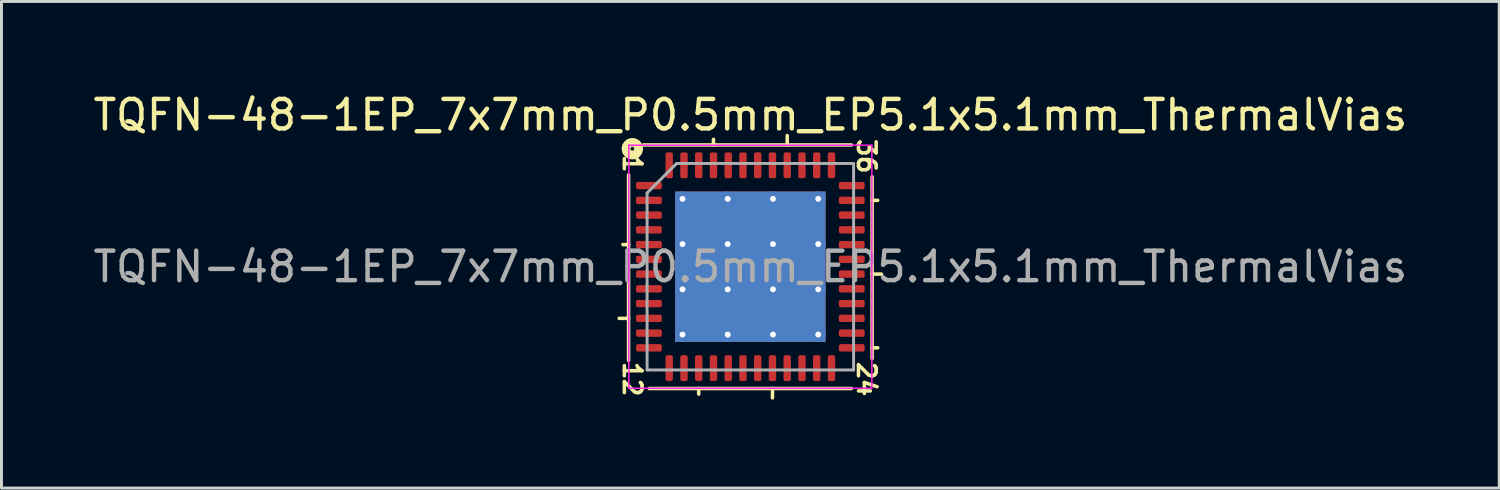
<source format=kicad_pcb>
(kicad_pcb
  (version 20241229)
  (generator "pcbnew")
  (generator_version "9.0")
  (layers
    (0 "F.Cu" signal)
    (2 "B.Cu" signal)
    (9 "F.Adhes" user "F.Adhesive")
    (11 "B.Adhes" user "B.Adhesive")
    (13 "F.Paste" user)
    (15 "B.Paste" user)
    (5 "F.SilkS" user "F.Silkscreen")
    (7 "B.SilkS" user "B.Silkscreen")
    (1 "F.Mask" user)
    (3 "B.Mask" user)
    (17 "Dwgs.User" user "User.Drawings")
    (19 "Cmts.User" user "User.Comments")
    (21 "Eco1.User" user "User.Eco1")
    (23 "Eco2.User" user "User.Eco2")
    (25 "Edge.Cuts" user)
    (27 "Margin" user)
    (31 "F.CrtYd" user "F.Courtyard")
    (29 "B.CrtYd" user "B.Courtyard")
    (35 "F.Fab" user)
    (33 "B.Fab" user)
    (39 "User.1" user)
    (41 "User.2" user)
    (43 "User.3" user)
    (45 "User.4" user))
  (footprint "TQFN-48-1EP_7x7mm_P0.5mm_EP5.1x5.1mm_ThermalVias"
    (layer "F.Cu")
    (at 22.387 5.992)
    (property "Reference" "TQFN-48-1EP_7x7mm_P0.5mm_EP5.1x5.1mm_ThermalVias" (at 0 -5.144 0) (layer "F.SilkS") (effects (font (size 1 1) (thickness 0.15))))
    (attr smd)
    (fp_line (start -4.128 -3.111) (end -4.128 3.175) (stroke (width 0.12) (type solid)) (layer "F.SilkS"))
    (fp_line (start -4.128 -0.75) (end -4.318 -0.75) (stroke (width 0.12) (type solid)) (layer "F.SilkS"))
    (fp_line (start -4.128 1.75) (end -4.445 1.75) (stroke (width 0.12) (type solid)) (layer "F.SilkS"))
    (fp_line (start -3.429 4.128) (end 3.429 4.128) (stroke (width 0.12) (type solid)) (layer "F.SilkS"))
    (fp_line (start -1.75 4.128) (end -1.75 4.318) (stroke (width 0.12) (type solid)) (layer "F.SilkS"))
    (fp_line (start -1.25 -4.128) (end -1.25 -4.318) (stroke (width 0.12) (type solid)) (layer "F.SilkS"))
    (fp_line (start 0.75 4.128) (end 0.75 4.445) (stroke (width 0.12) (type solid)) (layer "F.SilkS"))
    (fp_line (start 1.25 -4.128) (end 1.25 -4.445) (stroke (width 0.12) (type solid)) (layer "F.SilkS"))
    (fp_line (start 3.429 -4.128) (end -3.619 -4.128) (stroke (width 0.12) (type solid)) (layer "F.SilkS"))
    (fp_line (start 4.128 -2.25) (end 4.318 -2.25) (stroke (width 0.12) (type solid)) (layer "F.SilkS"))
    (fp_line (start 4.128 0.25) (end 4.445 0.25) (stroke (width 0.12) (type solid)) (layer "F.SilkS"))
    (fp_line (start 4.128 2.75) (end 4.318 2.75) (stroke (width 0.12) (type solid)) (layer "F.SilkS"))
    (fp_line (start 4.128 3.111) (end 4.128 -3.048) (stroke (width 0.12) (type solid)) (layer "F.SilkS"))
    (fp_circle (center -4 -4) (end -3.937 -4) (stroke (width 0.3) (type solid)) (fill no) (layer "F.SilkS"))
    (fp_line (start -4.12 -4.12) (end -4.12 4.12) (stroke (width 0.05) (type solid)) (layer "F.CrtYd"))
    (fp_line (start -4.12 4.12) (end 4.12 4.12) (stroke (width 0.05) (type solid)) (layer "F.CrtYd"))
    (fp_line (start 4.12 -4.12) (end -4.12 -4.12) (stroke (width 0.05) (type solid)) (layer "F.CrtYd"))
    (fp_line (start 4.12 4.12) (end 4.12 -4.12) (stroke (width 0.05) (type solid)) (layer "F.CrtYd"))
    (fp_line (start -3.5 -2.5) (end -2.5 -3.5) (stroke (width 0.1) (type solid)) (layer "F.Fab"))
    (fp_line (start -3.5 3.5) (end -3.5 -2.5) (stroke (width 0.1) (type solid)) (layer "F.Fab"))
    (fp_line (start -2.5 -3.5) (end 3.5 -3.5) (stroke (width 0.1) (type solid)) (layer "F.Fab"))
    (fp_line (start 3.5 -3.5) (end 3.5 3.5) (stroke (width 0.1) (type solid)) (layer "F.Fab"))
    (fp_line (start 3.5 3.5) (end -3.5 3.5) (stroke (width 0.1) (type solid)) (layer "F.Fab"))
    (fp_text user "24" (at 3.937 3.81 270) (unlocked yes) (layer "F.SilkS") (effects (font (size 0.6 0.6) (thickness 0.12))))
    (fp_text user "12" (at -4 3.81 270) (unlocked yes) (layer "F.SilkS") (effects (font (size 0.6 0.6) (thickness 0.12))))
    (fp_text user "1" (at -4 -3.493 270) (unlocked yes) (layer "F.SilkS") (effects (font (size 0.6 0.6) (thickness 0.12))))
    (fp_text user "36" (at 3.937 -3.747 270) (unlocked yes) (layer "F.SilkS") (effects (font (size 0.6 0.6) (thickness 0.12))))
    (fp_text user "${REFERENCE}" (at 0 0 0) (layer "F.Fab") (effects (font (size 1 1) (thickness 0.15))))
    (pad "" smd roundrect (at -1.7 -1.7) (size 1.47 1.47) (layers "F.Paste") (roundrect_rratio 0.17))
    (pad "" smd roundrect (at -1.7 0) (size 1.47 1.47) (layers "F.Paste") (roundrect_rratio 0.17))
    (pad "" smd roundrect (at -1.7 1.7) (size 1.47 1.47) (layers "F.Paste") (roundrect_rratio 0.17))
    (pad "" smd roundrect (at 0 -1.7) (size 1.47 1.47) (layers "F.Paste") (roundrect_rratio 0.17))
    (pad "" smd roundrect (at 0 0) (size 1.47 1.47) (layers "F.Paste") (roundrect_rratio 0.17))
    (pad "" smd roundrect (at 0 1.7) (size 1.47 1.47) (layers "F.Paste") (roundrect_rratio 0.17))
    (pad "" smd roundrect (at 1.7 -1.7) (size 1.47 1.47) (layers "F.Paste") (roundrect_rratio 0.17))
    (pad "" smd roundrect (at 1.7 0) (size 1.47 1.47) (layers "F.Paste") (roundrect_rratio 0.17))
    (pad "" smd roundrect (at 1.7 1.7) (size 1.47 1.47) (layers "F.Paste") (roundrect_rratio 0.17))
    (pad "1" smd roundrect (at -3.438 -2.75) (size 0.875 0.25) (layers "F.Cu" "F.Mask" "F.Paste") (roundrect_rratio 0.25))
    (pad "2" smd roundrect (at -3.438 -2.25) (size 0.875 0.25) (layers "F.Cu" "F.Mask" "F.Paste") (roundrect_rratio 0.25))
    (pad "3" smd roundrect (at -3.438 -1.75) (size 0.875 0.25) (layers "F.Cu" "F.Mask" "F.Paste") (roundrect_rratio 0.25))
    (pad "4" smd roundrect (at -3.438 -1.25) (size 0.875 0.25) (layers "F.Cu" "F.Mask" "F.Paste") (roundrect_rratio 0.25))
    (pad "5" smd roundrect (at -3.438 -0.75) (size 0.875 0.25) (layers "F.Cu" "F.Mask" "F.Paste") (roundrect_rratio 0.25))
    (pad "6" smd roundrect (at -3.438 -0.25) (size 0.875 0.25) (layers "F.Cu" "F.Mask" "F.Paste") (roundrect_rratio 0.25))
    (pad "7" smd roundrect (at -3.438 0.25) (size 0.875 0.25) (layers "F.Cu" "F.Mask" "F.Paste") (roundrect_rratio 0.25))
    (pad "8" smd roundrect (at -3.438 0.75) (size 0.875 0.25) (layers "F.Cu" "F.Mask" "F.Paste") (roundrect_rratio 0.25))
    (pad "9" smd roundrect (at -3.438 1.25) (size 0.875 0.25) (layers "F.Cu" "F.Mask" "F.Paste") (roundrect_rratio 0.25))
    (pad "10" smd roundrect (at -3.438 1.75) (size 0.875 0.25) (layers "F.Cu" "F.Mask" "F.Paste") (roundrect_rratio 0.25))
    (pad "11" smd roundrect (at -3.438 2.25) (size 0.875 0.25) (layers "F.Cu" "F.Mask" "F.Paste") (roundrect_rratio 0.25))
    (pad "12" smd roundrect (at -3.438 2.75) (size 0.875 0.25) (layers "F.Cu" "F.Mask" "F.Paste") (roundrect_rratio 0.25))
    (pad "13" smd roundrect (at -2.75 3.438) (size 0.25 0.875) (layers "F.Cu" "F.Mask" "F.Paste") (roundrect_rratio 0.25))
    (pad "14" smd roundrect (at -2.25 3.438) (size 0.25 0.875) (layers "F.Cu" "F.Mask" "F.Paste") (roundrect_rratio 0.25))
    (pad "15" smd roundrect (at -1.75 3.438) (size 0.25 0.875) (layers "F.Cu" "F.Mask" "F.Paste") (roundrect_rratio 0.25))
    (pad "16" smd roundrect (at -1.25 3.438) (size 0.25 0.875) (layers "F.Cu" "F.Mask" "F.Paste") (roundrect_rratio 0.25))
    (pad "17" smd roundrect (at -0.75 3.438) (size 0.25 0.875) (layers "F.Cu" "F.Mask" "F.Paste") (roundrect_rratio 0.25))
    (pad "18" smd roundrect (at -0.25 3.438) (size 0.25 0.875) (layers "F.Cu" "F.Mask" "F.Paste") (roundrect_rratio 0.25))
    (pad "19" smd roundrect (at 0.25 3.438) (size 0.25 0.875) (layers "F.Cu" "F.Mask" "F.Paste") (roundrect_rratio 0.25))
    (pad "20" smd roundrect (at 0.75 3.438) (size 0.25 0.875) (layers "F.Cu" "F.Mask" "F.Paste") (roundrect_rratio 0.25))
    (pad "21" smd roundrect (at 1.25 3.438) (size 0.25 0.875) (layers "F.Cu" "F.Mask" "F.Paste") (roundrect_rratio 0.25))
    (pad "22" smd roundrect (at 1.75 3.438) (size 0.25 0.875) (layers "F.Cu" "F.Mask" "F.Paste") (roundrect_rratio 0.25))
    (pad "23" smd roundrect (at 2.25 3.438) (size 0.25 0.875) (layers "F.Cu" "F.Mask" "F.Paste") (roundrect_rratio 0.25))
    (pad "24" smd roundrect (at 2.75 3.438) (size 0.25 0.875) (layers "F.Cu" "F.Mask" "F.Paste") (roundrect_rratio 0.25))
    (pad "25" smd roundrect (at 3.438 2.75) (size 0.875 0.25) (layers "F.Cu" "F.Mask" "F.Paste") (roundrect_rratio 0.25))
    (pad "26" smd roundrect (at 3.438 2.25) (size 0.875 0.25) (layers "F.Cu" "F.Mask" "F.Paste") (roundrect_rratio 0.25))
    (pad "27" smd roundrect (at 3.438 1.75) (size 0.875 0.25) (layers "F.Cu" "F.Mask" "F.Paste") (roundrect_rratio 0.25))
    (pad "28" smd roundrect (at 3.438 1.25) (size 0.875 0.25) (layers "F.Cu" "F.Mask" "F.Paste") (roundrect_rratio 0.25))
    (pad "29" smd roundrect (at 3.438 0.75) (size 0.875 0.25) (layers "F.Cu" "F.Mask" "F.Paste") (roundrect_rratio 0.25))
    (pad "30" smd roundrect (at 3.438 0.25) (size 0.875 0.25) (layers "F.Cu" "F.Mask" "F.Paste") (roundrect_rratio 0.25))
    (pad "31" smd roundrect (at 3.438 -0.25) (size 0.875 0.25) (layers "F.Cu" "F.Mask" "F.Paste") (roundrect_rratio 0.25))
    (pad "32" smd roundrect (at 3.438 -0.75) (size 0.875 0.25) (layers "F.Cu" "F.Mask" "F.Paste") (roundrect_rratio 0.25))
    (pad "33" smd roundrect (at 3.438 -1.25) (size 0.875 0.25) (layers "F.Cu" "F.Mask" "F.Paste") (roundrect_rratio 0.25))
    (pad "34" smd roundrect (at 3.438 -1.75) (size 0.875 0.25) (layers "F.Cu" "F.Mask" "F.Paste") (roundrect_rratio 0.25))
    (pad "35" smd roundrect (at 3.438 -2.25) (size 0.875 0.25) (layers "F.Cu" "F.Mask" "F.Paste") (roundrect_rratio 0.25))
    (pad "36" smd roundrect (at 3.438 -2.75) (size 0.875 0.25) (layers "F.Cu" "F.Mask" "F.Paste") (roundrect_rratio 0.25))
    (pad "37" smd roundrect (at 2.75 -3.438) (size 0.25 0.875) (layers "F.Cu" "F.Mask" "F.Paste") (roundrect_rratio 0.25))
    (pad "38" smd roundrect (at 2.25 -3.438) (size 0.25 0.875) (layers "F.Cu" "F.Mask" "F.Paste") (roundrect_rratio 0.25))
    (pad "39" smd roundrect (at 1.75 -3.438) (size 0.25 0.875) (layers "F.Cu" "F.Mask" "F.Paste") (roundrect_rratio 0.25))
    (pad "40" smd roundrect (at 1.25 -3.438) (size 0.25 0.875) (layers "F.Cu" "F.Mask" "F.Paste") (roundrect_rratio 0.25))
    (pad "41" smd roundrect (at 0.75 -3.438) (size 0.25 0.875) (layers "F.Cu" "F.Mask" "F.Paste") (roundrect_rratio 0.25))
    (pad "42" smd roundrect (at 0.25 -3.438) (size 0.25 0.875) (layers "F.Cu" "F.Mask" "F.Paste") (roundrect_rratio 0.25))
    (pad "43" smd roundrect (at -0.25 -3.438) (size 0.25 0.875) (layers "F.Cu" "F.Mask" "F.Paste") (roundrect_rratio 0.25))
    (pad "44" smd roundrect (at -0.75 -3.438) (size 0.25 0.875) (layers "F.Cu" "F.Mask" "F.Paste") (roundrect_rratio 0.25))
    (pad "45" smd roundrect (at -1.25 -3.438) (size 0.25 0.875) (layers "F.Cu" "F.Mask" "F.Paste") (roundrect_rratio 0.25))
    (pad "46" smd roundrect (at -1.75 -3.438) (size 0.25 0.875) (layers "F.Cu" "F.Mask" "F.Paste") (roundrect_rratio 0.25))
    (pad "47" smd roundrect (at -2.25 -3.438) (size 0.25 0.875) (layers "F.Cu" "F.Mask" "F.Paste") (roundrect_rratio 0.25))
    (pad "48" smd roundrect (at -2.75 -3.438) (size 0.25 0.875) (layers "F.Cu" "F.Mask" "F.Paste") (roundrect_rratio 0.25))
    (pad "49" thru_hole circle (at -2.3 -2.3) (size 0.5 0.5) (drill 0.2) (layers "*.Cu"))
    (pad "49" thru_hole circle (at -2.3 -0.767) (size 0.5 0.5) (drill 0.2) (layers "*.Cu"))
    (pad "49" thru_hole circle (at -2.3 0.767) (size 0.5 0.5) (drill 0.2) (layers "*.Cu"))
    (pad "49" thru_hole circle (at -2.3 2.3) (size 0.5 0.5) (drill 0.2) (layers "*.Cu"))
    (pad "49" thru_hole circle (at -0.767 -2.3) (size 0.5 0.5) (drill 0.2) (layers "*.Cu"))
    (pad "49" thru_hole circle (at -0.767 -0.767) (size 0.5 0.5) (drill 0.2) (layers "*.Cu"))
    (pad "49" thru_hole circle (at -0.767 0.767) (size 0.5 0.5) (drill 0.2) (layers "*.Cu"))
    (pad "49" thru_hole circle (at -0.767 2.3) (size 0.5 0.5) (drill 0.2) (layers "*.Cu"))
    (pad "49" smd rect (at 0 0) (size 5.1 5.1) (layers "F.Cu" "F.Mask"))
    (pad "49" smd rect (at 0 0) (size 5.1 5.1) (layers "B.Cu" "B.Mask"))
    (pad "49" thru_hole circle (at 0.767 -2.3) (size 0.5 0.5) (drill 0.2) (layers "*.Cu"))
    (pad "49" thru_hole circle (at 0.767 -0.767) (size 0.5 0.5) (drill 0.2) (layers "*.Cu"))
    (pad "49" thru_hole circle (at 0.767 0.767) (size 0.5 0.5) (drill 0.2) (layers "*.Cu"))
    (pad "49" thru_hole circle (at 0.767 2.3) (size 0.5 0.5) (drill 0.2) (layers "*.Cu"))
    (pad "49" thru_hole circle (at 2.3 -2.3) (size 0.5 0.5) (drill 0.2) (layers "*.Cu"))
    (pad "49" thru_hole circle (at 2.3 -0.767) (size 0.5 0.5) (drill 0.2) (layers "*.Cu"))
    (pad "49" thru_hole circle (at 2.3 0.767) (size 0.5 0.5) (drill 0.2) (layers "*.Cu"))
    (pad "49" thru_hole circle (at 2.3 2.3) (size 0.5 0.5) (drill 0.2) (layers "*.Cu")))
  (gr_rect
    (start -3 -3)
    (end 47.774 13.497)
    (stroke (width 0.1) (type default))
    (fill no)
    (layer "Edge.Cuts")))
</source>
